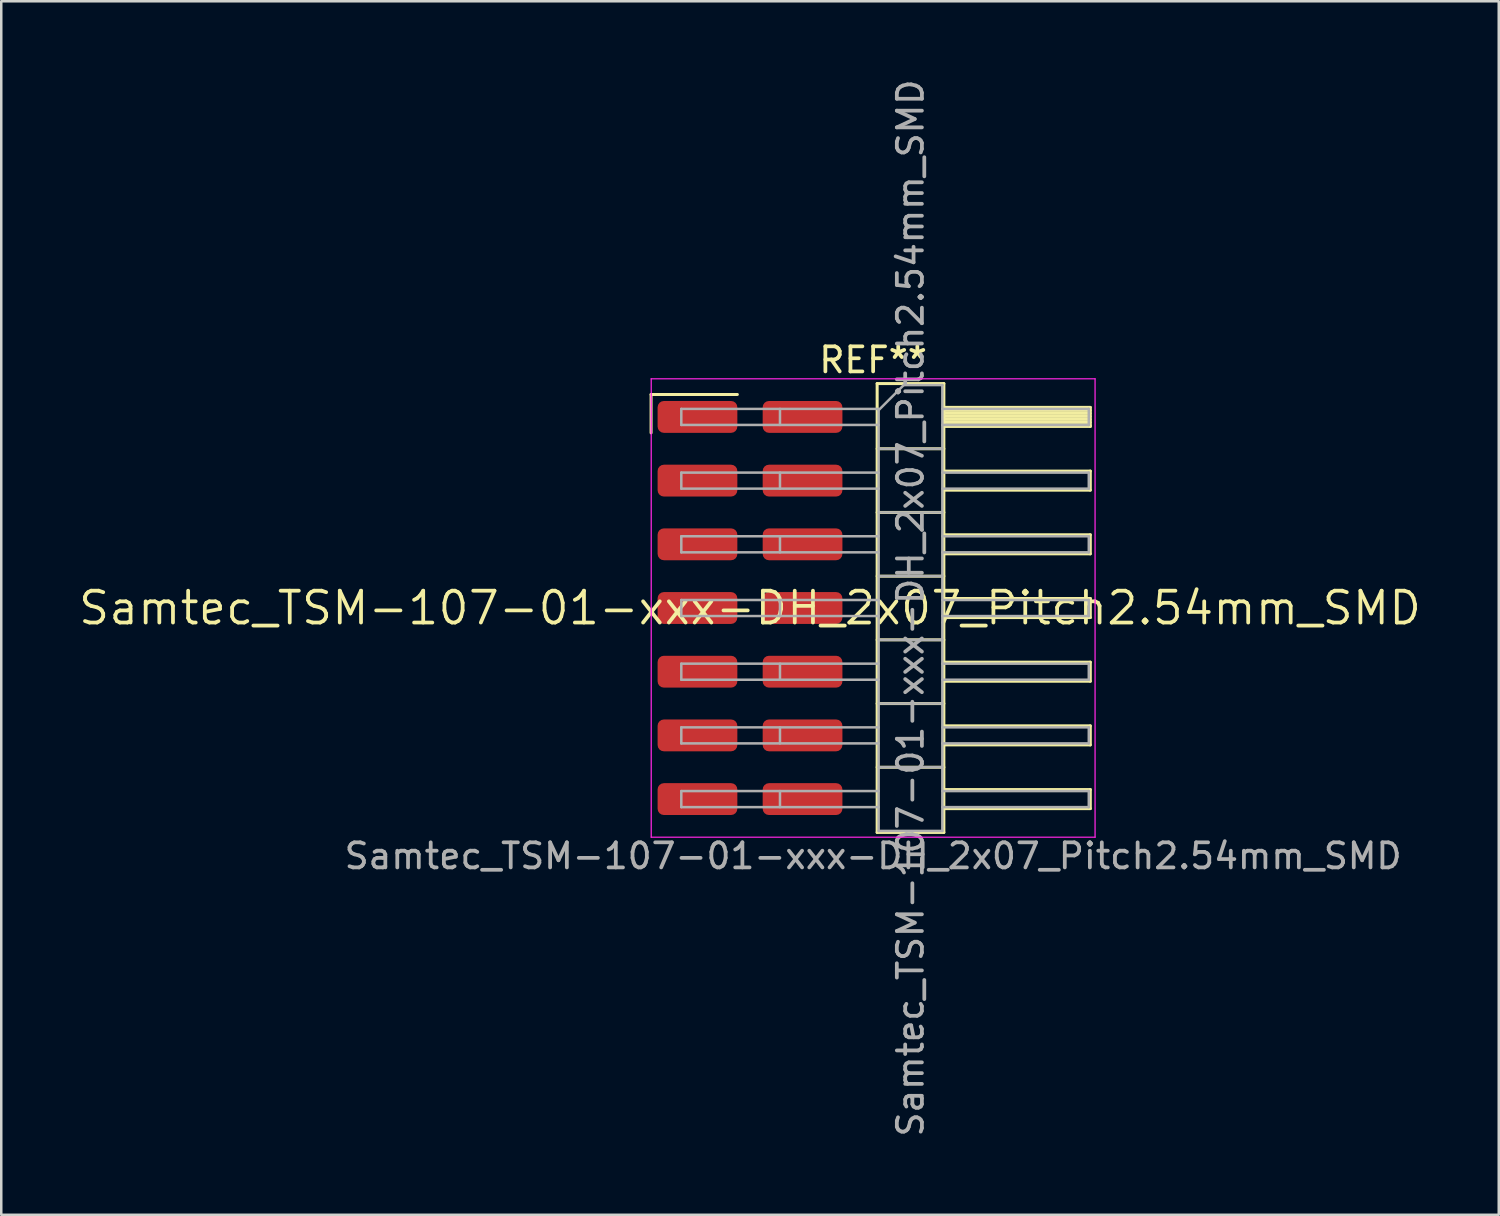
<source format=kicad_pcb>
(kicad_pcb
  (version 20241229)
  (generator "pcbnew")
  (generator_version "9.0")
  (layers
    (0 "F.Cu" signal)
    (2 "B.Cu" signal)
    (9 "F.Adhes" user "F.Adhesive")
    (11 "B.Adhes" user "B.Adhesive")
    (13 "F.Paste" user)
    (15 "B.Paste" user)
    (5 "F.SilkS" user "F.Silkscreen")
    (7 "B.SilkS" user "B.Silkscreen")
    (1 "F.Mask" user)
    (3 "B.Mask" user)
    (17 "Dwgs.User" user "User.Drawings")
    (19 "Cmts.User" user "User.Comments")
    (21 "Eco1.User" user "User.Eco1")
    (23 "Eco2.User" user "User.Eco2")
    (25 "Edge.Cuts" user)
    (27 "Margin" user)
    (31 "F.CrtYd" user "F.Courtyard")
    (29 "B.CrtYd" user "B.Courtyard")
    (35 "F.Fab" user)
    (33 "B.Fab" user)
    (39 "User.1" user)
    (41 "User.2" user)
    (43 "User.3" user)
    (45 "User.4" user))
  (footprint "Samtec_TSM-107-01-xxx-DH_2x07_Pitch2.54mm_SMD"
    (layer "F.Cu")
    (at 26.859 21.196)
    (property "Reference" "Samtec_TSM-107-01-xxx-DH_2x07_Pitch2.54mm_SMD" (at 0 0 0) (layer "F.SilkS") (effects (font (size 1.27 1.27) (thickness 0.15))))
    (attr smd)
    (fp_line (start -3.945 -8.515) (end -0.505 -8.515) (stroke (width 0.12) (type solid)) (layer "F.SilkS"))
    (fp_line (start -3.945 -6.985) (end -3.945 -8.515) (stroke (width 0.12) (type solid)) (layer "F.SilkS"))
    (fp_line (start 5.07 -8.95) (end 7.73 -8.95) (stroke (width 0.12) (type solid)) (layer "F.SilkS"))
    (fp_line (start 5.07 -6.35) (end 7.73 -6.35) (stroke (width 0.12) (type solid)) (layer "F.SilkS"))
    (fp_line (start 5.07 -3.81) (end 7.73 -3.81) (stroke (width 0.12) (type solid)) (layer "F.SilkS"))
    (fp_line (start 5.07 -1.27) (end 7.73 -1.27) (stroke (width 0.12) (type solid)) (layer "F.SilkS"))
    (fp_line (start 5.07 1.27) (end 7.73 1.27) (stroke (width 0.12) (type solid)) (layer "F.SilkS"))
    (fp_line (start 5.07 3.81) (end 7.73 3.81) (stroke (width 0.12) (type solid)) (layer "F.SilkS"))
    (fp_line (start 5.07 6.35) (end 7.73 6.35) (stroke (width 0.12) (type solid)) (layer "F.SilkS"))
    (fp_line (start 5.07 8.95) (end 5.07 -8.95) (stroke (width 0.12) (type solid)) (layer "F.SilkS"))
    (fp_line (start 7.73 -8.95) (end 7.73 8.95) (stroke (width 0.12) (type solid)) (layer "F.SilkS"))
    (fp_line (start 7.73 -8) (end 13.57 -8) (stroke (width 0.12) (type solid)) (layer "F.SilkS"))
    (fp_line (start 7.73 -7.88) (end 13.57 -7.88) (stroke (width 0.12) (type solid)) (layer "F.SilkS"))
    (fp_line (start 7.73 -7.76) (end 13.57 -7.76) (stroke (width 0.12) (type solid)) (layer "F.SilkS"))
    (fp_line (start 7.73 -7.64) (end 13.57 -7.64) (stroke (width 0.12) (type solid)) (layer "F.SilkS"))
    (fp_line (start 7.73 -7.52) (end 13.57 -7.52) (stroke (width 0.12) (type solid)) (layer "F.SilkS"))
    (fp_line (start 7.73 -7.4) (end 13.57 -7.4) (stroke (width 0.12) (type solid)) (layer "F.SilkS"))
    (fp_line (start 7.73 -7.28) (end 13.57 -7.28) (stroke (width 0.12) (type solid)) (layer "F.SilkS"))
    (fp_line (start 7.73 -7.24) (end 13.57 -7.24) (stroke (width 0.12) (type solid)) (layer "F.SilkS"))
    (fp_line (start 7.73 -5.46) (end 13.57 -5.46) (stroke (width 0.12) (type solid)) (layer "F.SilkS"))
    (fp_line (start 7.73 -4.7) (end 13.57 -4.7) (stroke (width 0.12) (type solid)) (layer "F.SilkS"))
    (fp_line (start 7.73 -2.92) (end 13.57 -2.92) (stroke (width 0.12) (type solid)) (layer "F.SilkS"))
    (fp_line (start 7.73 -2.16) (end 13.57 -2.16) (stroke (width 0.12) (type solid)) (layer "F.SilkS"))
    (fp_line (start 7.73 -0.38) (end 13.57 -0.38) (stroke (width 0.12) (type solid)) (layer "F.SilkS"))
    (fp_line (start 7.73 0.38) (end 13.57 0.38) (stroke (width 0.12) (type solid)) (layer "F.SilkS"))
    (fp_line (start 7.73 2.16) (end 13.57 2.16) (stroke (width 0.12) (type solid)) (layer "F.SilkS"))
    (fp_line (start 7.73 2.92) (end 13.57 2.92) (stroke (width 0.12) (type solid)) (layer "F.SilkS"))
    (fp_line (start 7.73 4.7) (end 13.57 4.7) (stroke (width 0.12) (type solid)) (layer "F.SilkS"))
    (fp_line (start 7.73 5.46) (end 13.57 5.46) (stroke (width 0.12) (type solid)) (layer "F.SilkS"))
    (fp_line (start 7.73 7.24) (end 13.57 7.24) (stroke (width 0.12) (type solid)) (layer "F.SilkS"))
    (fp_line (start 7.73 8) (end 13.57 8) (stroke (width 0.12) (type solid)) (layer "F.SilkS"))
    (fp_line (start 7.73 8.95) (end 5.07 8.95) (stroke (width 0.12) (type solid)) (layer "F.SilkS"))
    (fp_line (start 13.57 -8) (end 13.57 -7.24) (stroke (width 0.12) (type solid)) (layer "F.SilkS"))
    (fp_line (start 13.57 -5.46) (end 13.57 -4.7) (stroke (width 0.12) (type solid)) (layer "F.SilkS"))
    (fp_line (start 13.57 -2.92) (end 13.57 -2.16) (stroke (width 0.12) (type solid)) (layer "F.SilkS"))
    (fp_line (start 13.57 -0.38) (end 13.57 0.38) (stroke (width 0.12) (type solid)) (layer "F.SilkS"))
    (fp_line (start 13.57 2.16) (end 13.57 2.92) (stroke (width 0.12) (type solid)) (layer "F.SilkS"))
    (fp_line (start 13.57 4.7) (end 13.57 5.46) (stroke (width 0.12) (type solid)) (layer "F.SilkS"))
    (fp_line (start 13.57 7.24) (end 13.57 8) (stroke (width 0.12) (type solid)) (layer "F.SilkS"))
    (fp_line (start -3.94 -9.14) (end 13.76 -9.14) (stroke (width 0.05) (type solid)) (layer "F.CrtYd"))
    (fp_line (start -3.94 9.14) (end -3.94 -9.14) (stroke (width 0.05) (type solid)) (layer "F.CrtYd"))
    (fp_line (start 13.76 -9.14) (end 13.76 9.14) (stroke (width 0.05) (type solid)) (layer "F.CrtYd"))
    (fp_line (start 13.76 9.14) (end -3.94 9.14) (stroke (width 0.05) (type solid)) (layer "F.CrtYd"))
    (fp_line (start -2.74 -7.94) (end -2.74 -7.3) (stroke (width 0.1) (type solid)) (layer "F.Fab"))
    (fp_line (start -2.74 -7.94) (end 5.13 -7.94) (stroke (width 0.1) (type solid)) (layer "F.Fab"))
    (fp_line (start -2.74 -7.3) (end 5.13 -7.3) (stroke (width 0.1) (type solid)) (layer "F.Fab"))
    (fp_line (start -2.74 -5.4) (end -2.74 -4.76) (stroke (width 0.1) (type solid)) (layer "F.Fab"))
    (fp_line (start -2.74 -5.4) (end 5.13 -5.4) (stroke (width 0.1) (type solid)) (layer "F.Fab"))
    (fp_line (start -2.74 -4.76) (end 5.13 -4.76) (stroke (width 0.1) (type solid)) (layer "F.Fab"))
    (fp_line (start -2.74 -2.86) (end -2.74 -2.22) (stroke (width 0.1) (type solid)) (layer "F.Fab"))
    (fp_line (start -2.74 -2.86) (end 5.13 -2.86) (stroke (width 0.1) (type solid)) (layer "F.Fab"))
    (fp_line (start -2.74 -2.22) (end 5.13 -2.22) (stroke (width 0.1) (type solid)) (layer "F.Fab"))
    (fp_line (start -2.74 -0.32) (end -2.74 0.32) (stroke (width 0.1) (type solid)) (layer "F.Fab"))
    (fp_line (start -2.74 -0.32) (end 5.13 -0.32) (stroke (width 0.1) (type solid)) (layer "F.Fab"))
    (fp_line (start -2.74 0.32) (end 5.13 0.32) (stroke (width 0.1) (type solid)) (layer "F.Fab"))
    (fp_line (start -2.74 2.22) (end -2.74 2.86) (stroke (width 0.1) (type solid)) (layer "F.Fab"))
    (fp_line (start -2.74 2.22) (end 5.13 2.22) (stroke (width 0.1) (type solid)) (layer "F.Fab"))
    (fp_line (start -2.74 2.86) (end 5.13 2.86) (stroke (width 0.1) (type solid)) (layer "F.Fab"))
    (fp_line (start -2.74 4.76) (end -2.74 5.4) (stroke (width 0.1) (type solid)) (layer "F.Fab"))
    (fp_line (start -2.74 4.76) (end 5.13 4.76) (stroke (width 0.1) (type solid)) (layer "F.Fab"))
    (fp_line (start -2.74 5.4) (end 5.13 5.4) (stroke (width 0.1) (type solid)) (layer "F.Fab"))
    (fp_line (start -2.74 7.3) (end -2.74 7.94) (stroke (width 0.1) (type solid)) (layer "F.Fab"))
    (fp_line (start -2.74 7.3) (end 5.13 7.3) (stroke (width 0.1) (type solid)) (layer "F.Fab"))
    (fp_line (start -2.74 7.94) (end 5.13 7.94) (stroke (width 0.1) (type solid)) (layer "F.Fab"))
    (fp_line (start 1.195 -7.94) (end 1.195 -7.3) (stroke (width 0.1) (type solid)) (layer "F.Fab"))
    (fp_line (start 1.195 -5.4) (end 1.195 -4.76) (stroke (width 0.1) (type solid)) (layer "F.Fab"))
    (fp_line (start 1.195 -2.86) (end 1.195 -2.22) (stroke (width 0.1) (type solid)) (layer "F.Fab"))
    (fp_line (start 1.195 -0.32) (end 1.195 0.32) (stroke (width 0.1) (type solid)) (layer "F.Fab"))
    (fp_line (start 1.195 2.22) (end 1.195 2.86) (stroke (width 0.1) (type solid)) (layer "F.Fab"))
    (fp_line (start 1.195 4.76) (end 1.195 5.4) (stroke (width 0.1) (type solid)) (layer "F.Fab"))
    (fp_line (start 1.195 7.3) (end 1.195 7.94) (stroke (width 0.1) (type solid)) (layer "F.Fab"))
    (fp_line (start 5.13 -7.89) (end 6.13 -8.89) (stroke (width 0.1) (type solid)) (layer "F.Fab"))
    (fp_line (start 5.13 -6.35) (end 7.67 -6.35) (stroke (width 0.1) (type solid)) (layer "F.Fab"))
    (fp_line (start 5.13 -3.81) (end 7.67 -3.81) (stroke (width 0.1) (type solid)) (layer "F.Fab"))
    (fp_line (start 5.13 -1.27) (end 7.67 -1.27) (stroke (width 0.1) (type solid)) (layer "F.Fab"))
    (fp_line (start 5.13 1.27) (end 7.67 1.27) (stroke (width 0.1) (type solid)) (layer "F.Fab"))
    (fp_line (start 5.13 3.81) (end 7.67 3.81) (stroke (width 0.1) (type solid)) (layer "F.Fab"))
    (fp_line (start 5.13 6.35) (end 7.67 6.35) (stroke (width 0.1) (type solid)) (layer "F.Fab"))
    (fp_line (start 5.13 8.89) (end 5.13 -7.89) (stroke (width 0.1) (type solid)) (layer "F.Fab"))
    (fp_line (start 6.13 -8.89) (end 7.67 -8.89) (stroke (width 0.1) (type solid)) (layer "F.Fab"))
    (fp_line (start 7.67 -8.89) (end 7.67 8.89) (stroke (width 0.1) (type solid)) (layer "F.Fab"))
    (fp_line (start 7.67 -7.94) (end 13.51 -7.94) (stroke (width 0.1) (type solid)) (layer "F.Fab"))
    (fp_line (start 7.67 -7.3) (end 13.51 -7.3) (stroke (width 0.1) (type solid)) (layer "F.Fab"))
    (fp_line (start 7.67 -5.4) (end 13.51 -5.4) (stroke (width 0.1) (type solid)) (layer "F.Fab"))
    (fp_line (start 7.67 -4.76) (end 13.51 -4.76) (stroke (width 0.1) (type solid)) (layer "F.Fab"))
    (fp_line (start 7.67 -2.86) (end 13.51 -2.86) (stroke (width 0.1) (type solid)) (layer "F.Fab"))
    (fp_line (start 7.67 -2.22) (end 13.51 -2.22) (stroke (width 0.1) (type solid)) (layer "F.Fab"))
    (fp_line (start 7.67 -0.32) (end 13.51 -0.32) (stroke (width 0.1) (type solid)) (layer "F.Fab"))
    (fp_line (start 7.67 0.32) (end 13.51 0.32) (stroke (width 0.1) (type solid)) (layer "F.Fab"))
    (fp_line (start 7.67 2.22) (end 13.51 2.22) (stroke (width 0.1) (type solid)) (layer "F.Fab"))
    (fp_line (start 7.67 2.86) (end 13.51 2.86) (stroke (width 0.1) (type solid)) (layer "F.Fab"))
    (fp_line (start 7.67 4.76) (end 13.51 4.76) (stroke (width 0.1) (type solid)) (layer "F.Fab"))
    (fp_line (start 7.67 5.4) (end 13.51 5.4) (stroke (width 0.1) (type solid)) (layer "F.Fab"))
    (fp_line (start 7.67 7.3) (end 13.51 7.3) (stroke (width 0.1) (type solid)) (layer "F.Fab"))
    (fp_line (start 7.67 7.94) (end 13.51 7.94) (stroke (width 0.1) (type solid)) (layer "F.Fab"))
    (fp_line (start 7.67 8.89) (end 5.13 8.89) (stroke (width 0.1) (type solid)) (layer "F.Fab"))
    (fp_line (start 13.51 -7.94) (end 13.51 -7.3) (stroke (width 0.1) (type solid)) (layer "F.Fab"))
    (fp_line (start 13.51 -5.4) (end 13.51 -4.76) (stroke (width 0.1) (type solid)) (layer "F.Fab"))
    (fp_line (start 13.51 -2.86) (end 13.51 -2.22) (stroke (width 0.1) (type solid)) (layer "F.Fab"))
    (fp_line (start 13.51 -0.32) (end 13.51 0.32) (stroke (width 0.1) (type solid)) (layer "F.Fab"))
    (fp_line (start 13.51 2.22) (end 13.51 2.86) (stroke (width 0.1) (type solid)) (layer "F.Fab"))
    (fp_line (start 13.51 4.76) (end 13.51 5.4) (stroke (width 0.1) (type solid)) (layer "F.Fab"))
    (fp_line (start 13.51 7.3) (end 13.51 7.94) (stroke (width 0.1) (type solid)) (layer "F.Fab"))
    (fp_text user "REF**" (at 4.91 -9.89 0) (layer "F.SilkS") (effects (font (size 1 1) (thickness 0.15))))
    (fp_text user "Samtec_TSM-107-01-xxx-DH_2x07_Pitch2.54mm_SMD" (at 4.91 9.89 0) (layer "F.Fab") (effects (font (size 1 1) (thickness 0.15))))
    (fp_text user "${REFERENCE}" (at 6.4 0 90) (layer "F.Fab") (effects (font (size 1 1) (thickness 0.15))))
    (pad "1" smd roundrect (at -2.095 -7.62) (size 3.18 1.27) (layers "F.Cu" "F.Mask" "F.Paste") (roundrect_rratio 0.197))
    (pad "2" smd roundrect (at 2.095 -7.62) (size 3.18 1.27) (layers "F.Cu" "F.Mask" "F.Paste") (roundrect_rratio 0.197))
    (pad "3" smd roundrect (at -2.095 -5.08) (size 3.18 1.27) (layers "F.Cu" "F.Mask" "F.Paste") (roundrect_rratio 0.197))
    (pad "4" smd roundrect (at 2.095 -5.08) (size 3.18 1.27) (layers "F.Cu" "F.Mask" "F.Paste") (roundrect_rratio 0.197))
    (pad "5" smd roundrect (at -2.095 -2.54) (size 3.18 1.27) (layers "F.Cu" "F.Mask" "F.Paste") (roundrect_rratio 0.197))
    (pad "6" smd roundrect (at 2.095 -2.54) (size 3.18 1.27) (layers "F.Cu" "F.Mask" "F.Paste") (roundrect_rratio 0.197))
    (pad "7" smd roundrect (at -2.095 0) (size 3.18 1.27) (layers "F.Cu" "F.Mask" "F.Paste") (roundrect_rratio 0.197))
    (pad "8" smd roundrect (at 2.095 0) (size 3.18 1.27) (layers "F.Cu" "F.Mask" "F.Paste") (roundrect_rratio 0.197))
    (pad "9" smd roundrect (at -2.095 2.54) (size 3.18 1.27) (layers "F.Cu" "F.Mask" "F.Paste") (roundrect_rratio 0.197))
    (pad "10" smd roundrect (at 2.095 2.54) (size 3.18 1.27) (layers "F.Cu" "F.Mask" "F.Paste") (roundrect_rratio 0.197))
    (pad "11" smd roundrect (at -2.095 5.08) (size 3.18 1.27) (layers "F.Cu" "F.Mask" "F.Paste") (roundrect_rratio 0.197))
    (pad "12" smd roundrect (at 2.095 5.08) (size 3.18 1.27) (layers "F.Cu" "F.Mask" "F.Paste") (roundrect_rratio 0.197))
    (pad "13" smd roundrect (at -2.095 7.62) (size 3.18 1.27) (layers "F.Cu" "F.Mask" "F.Paste") (roundrect_rratio 0.197))
    (pad "14" smd roundrect (at 2.095 7.62) (size 3.18 1.27) (layers "F.Cu" "F.Mask" "F.Paste") (roundrect_rratio 0.197)))
  (gr_rect
    (start -3 -3)
    (end 56.717 45.393)
    (stroke (width 0.1) (type default))
    (fill no)
    (layer "Edge.Cuts")))
</source>
